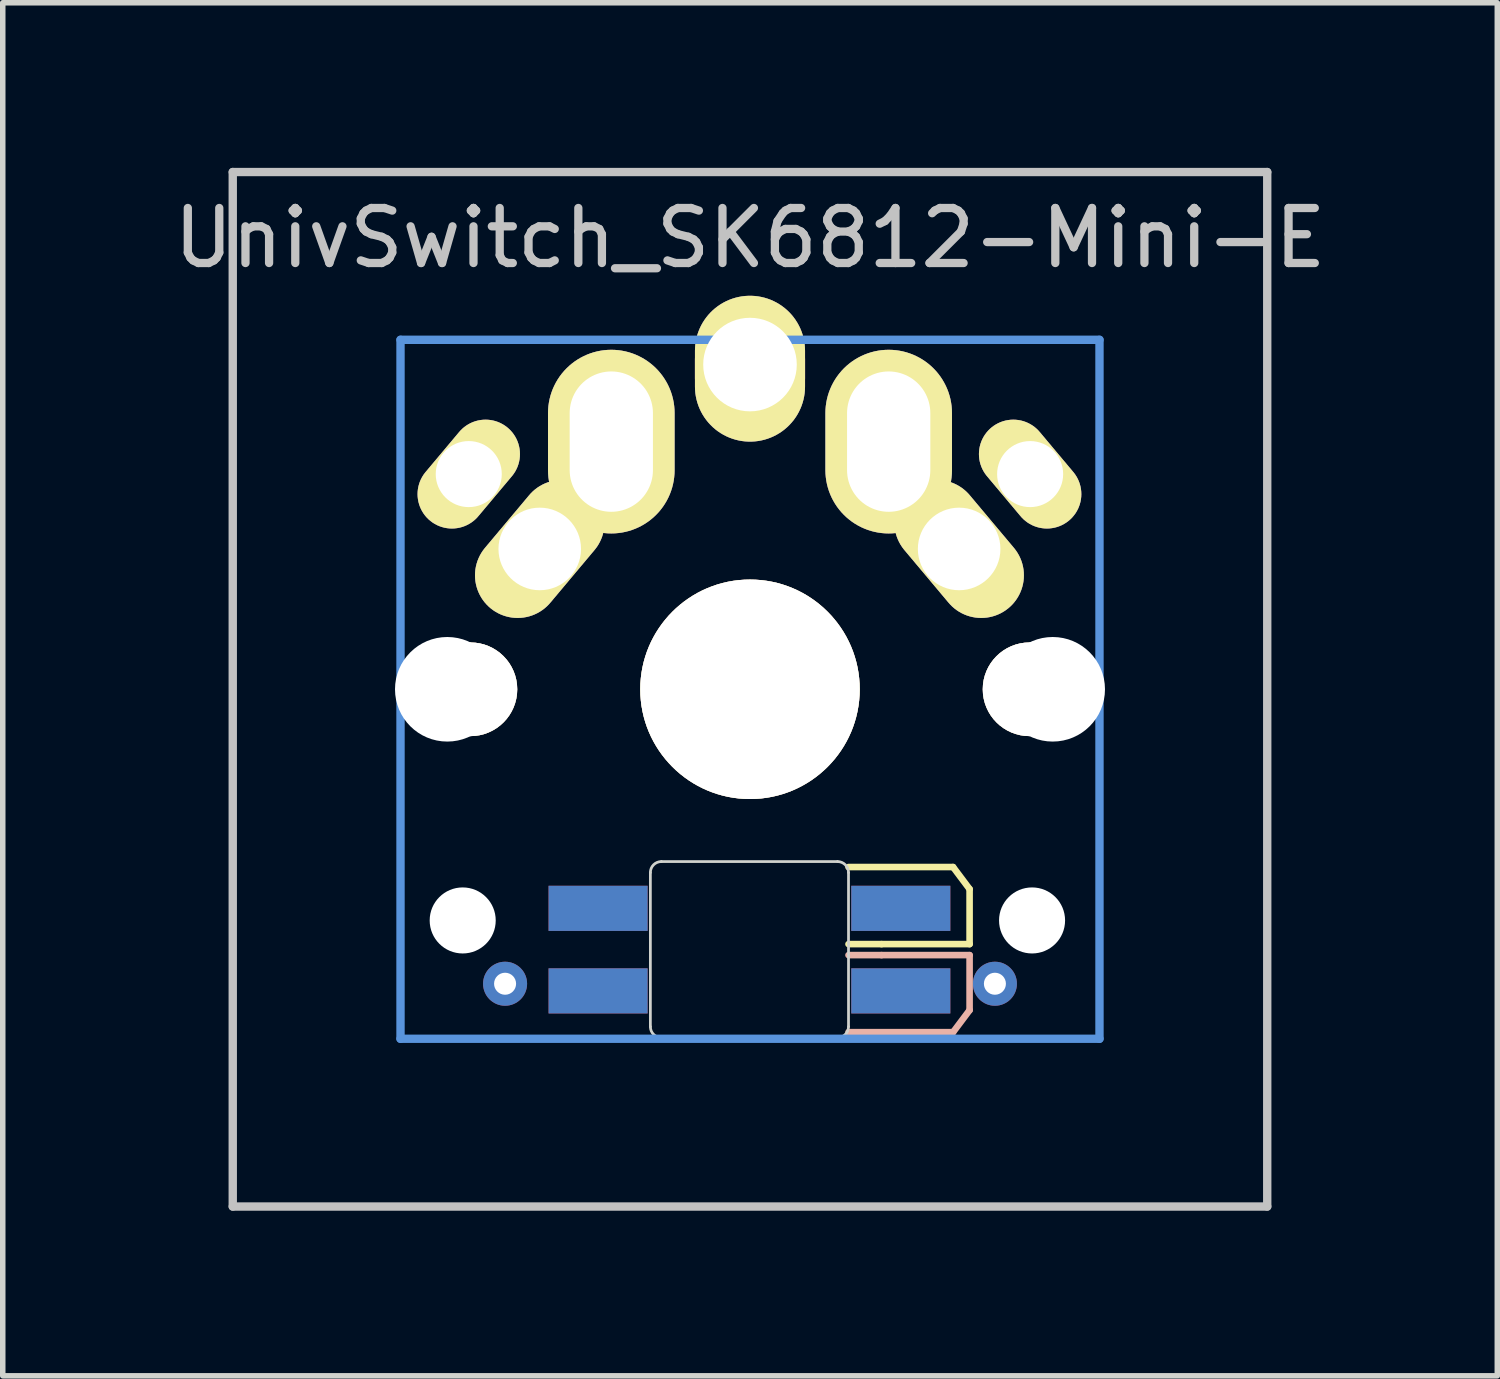
<source format=kicad_pcb>
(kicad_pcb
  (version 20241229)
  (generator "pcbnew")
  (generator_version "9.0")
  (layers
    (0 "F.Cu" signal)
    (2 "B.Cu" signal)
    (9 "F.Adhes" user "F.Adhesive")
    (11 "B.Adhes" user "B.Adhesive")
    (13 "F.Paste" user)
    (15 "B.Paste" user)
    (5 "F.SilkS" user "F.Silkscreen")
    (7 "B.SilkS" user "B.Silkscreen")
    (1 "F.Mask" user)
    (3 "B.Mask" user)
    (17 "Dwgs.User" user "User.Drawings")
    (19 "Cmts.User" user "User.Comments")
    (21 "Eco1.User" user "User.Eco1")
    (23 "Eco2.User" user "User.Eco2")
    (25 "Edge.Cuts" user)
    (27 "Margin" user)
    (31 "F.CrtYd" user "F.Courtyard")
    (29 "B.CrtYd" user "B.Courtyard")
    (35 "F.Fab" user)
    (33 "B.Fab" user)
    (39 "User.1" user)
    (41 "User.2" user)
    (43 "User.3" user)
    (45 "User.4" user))
  (footprint "UnivSwitch_SK6812-Mini-E"
    (layer "F.Cu")
    (at 10.577 9.474)
    (property "Reference" "UnivSwitch_SK6812-Mini-E" (at 0 -8.2 0) (unlocked yes) (layer "Dwgs.User") (effects (font (size 1 1) (thickness 0.15))))
    (attr through_hole)
    (fp_line (start 2.39 4.63) (end 1.79 4.63) (stroke (width 0.12) (type solid)) (layer "F.SilkS"))
    (fp_line (start 2.39 4.63) (end 3.99 4.63) (stroke (width 0.12) (type solid)) (layer "F.SilkS"))
    (fp_line (start 3.69 3.23) (end 1.79 3.23) (stroke (width 0.12) (type solid)) (layer "F.SilkS"))
    (fp_line (start 3.99 3.63) (end 3.69 3.23) (stroke (width 0.12) (type solid)) (layer "F.SilkS"))
    (fp_line (start 3.99 4.63) (end 3.99 3.63) (stroke (width 0.12) (type solid)) (layer "F.SilkS"))
    (fp_line (start 2.39 4.83) (end 1.79 4.83) (stroke (width 0.12) (type solid)) (layer "B.SilkS"))
    (fp_line (start 2.39 4.83) (end 3.99 4.83) (stroke (width 0.12) (type solid)) (layer "B.SilkS"))
    (fp_line (start 3.69 6.23) (end 1.79 6.23) (stroke (width 0.12) (type solid)) (layer "B.SilkS"))
    (fp_line (start 3.99 4.83) (end 3.99 5.83) (stroke (width 0.12) (type solid)) (layer "B.SilkS"))
    (fp_line (start 3.99 5.83) (end 3.69 6.23) (stroke (width 0.12) (type solid)) (layer "B.SilkS"))
    (fp_line (start -9.398 -9.398) (end 9.398 -9.398) (stroke (width 0.152) (type solid)) (layer "Dwgs.User"))
    (fp_line (start -9.398 9.398) (end -9.398 -9.398) (stroke (width 0.152) (type solid)) (layer "Dwgs.User"))
    (fp_line (start 9.398 -9.398) (end 9.398 9.398) (stroke (width 0.152) (type solid)) (layer "Dwgs.User"))
    (fp_line (start 9.398 9.398) (end -9.398 9.398) (stroke (width 0.152) (type solid)) (layer "Dwgs.User"))
    (fp_line (start -6.35 -6.35) (end 6.35 -6.35) (stroke (width 0.152) (type solid)) (layer "Cmts.User"))
    (fp_line (start -6.35 6.35) (end -6.35 -6.35) (stroke (width 0.152) (type solid)) (layer "Cmts.User"))
    (fp_line (start 6.35 -6.35) (end 6.35 6.35) (stroke (width 0.152) (type solid)) (layer "Cmts.User"))
    (fp_line (start 6.35 6.35) (end -6.35 6.35) (stroke (width 0.152) (type solid)) (layer "Cmts.User"))
    (fp_line (start -7.5 -7) (end -7.5 -5) (stroke (width 0.15) (type solid)) (layer "Eco1.User"))
    (fp_line (start -7.5 7) (end -7.5 -5) (stroke (width 0.15) (type solid)) (layer "Eco1.User"))
    (fp_line (start -7 -7.5) (end 5 -7.5) (stroke (width 0.15) (type solid)) (layer "Eco1.User"))
    (fp_line (start -7 7.5) (end -5 7.5) (stroke (width 0.15) (type solid)) (layer "Eco1.User"))
    (fp_line (start 7 -7.5) (end 5 -7.5) (stroke (width 0.15) (type solid)) (layer "Eco1.User"))
    (fp_line (start 7 7.5) (end -5 7.5) (stroke (width 0.15) (type solid)) (layer "Eco1.User"))
    (fp_line (start 7.5 -7) (end 7.5 -5) (stroke (width 0.15) (type solid)) (layer "Eco1.User"))
    (fp_line (start 7.5 7) (end 7.5 -5) (stroke (width 0.15) (type solid)) (layer "Eco1.User"))
    (fp_arc (start -7.5 -7) (mid -7.353553 -7.353553) (end -7 -7.5) (stroke (width 0.15) (type solid)) (layer "Eco1.User"))
    (fp_arc (start -7 7.5) (mid -7.353553 7.353553) (end -7.5 7) (stroke (width 0.15) (type solid)) (layer "Eco1.User"))
    (fp_arc (start 7 -7.5) (mid 7.353553 -7.353553) (end 7.5 -7) (stroke (width 0.15) (type solid)) (layer "Eco1.User"))
    (fp_arc (start 7.5 7) (mid 7.353553 7.353553) (end 7 7.5) (stroke (width 0.15) (type solid)) (layer "Eco1.User"))
    (fp_line (start -7.798 -6.005) (end -6.985 -6.005) (stroke (width 0.152) (type solid)) (layer "Eco2.User"))
    (fp_line (start -7.798 -2.504) (end -7.798 -6.005) (stroke (width 0.152) (type solid)) (layer "Eco2.User"))
    (fp_line (start -7.798 2.504) (end -6.985 2.504) (stroke (width 0.152) (type solid)) (layer "Eco2.User"))
    (fp_line (start -7.798 6.005) (end -7.798 2.504) (stroke (width 0.152) (type solid)) (layer "Eco2.User"))
    (fp_line (start -6.985 -6.985) (end 6.985 -6.985) (stroke (width 0.152) (type solid)) (layer "Eco2.User"))
    (fp_line (start -6.985 -6.005) (end -6.985 -6.985) (stroke (width 0.152) (type solid)) (layer "Eco2.User"))
    (fp_line (start -6.985 -2.504) (end -7.798 -2.504) (stroke (width 0.152) (type solid)) (layer "Eco2.User"))
    (fp_line (start -6.985 2.504) (end -6.985 -2.504) (stroke (width 0.152) (type solid)) (layer "Eco2.User"))
    (fp_line (start -6.985 6.005) (end -7.798 6.005) (stroke (width 0.152) (type solid)) (layer "Eco2.User"))
    (fp_line (start -6.985 6.985) (end -6.985 6.005) (stroke (width 0.152) (type solid)) (layer "Eco2.User"))
    (fp_line (start 6.985 -6.985) (end 6.985 -6.005) (stroke (width 0.152) (type solid)) (layer "Eco2.User"))
    (fp_line (start 6.985 -6.005) (end 7.798 -6.005) (stroke (width 0.152) (type solid)) (layer "Eco2.User"))
    (fp_line (start 6.985 -2.504) (end 6.985 2.504) (stroke (width 0.152) (type solid)) (layer "Eco2.User"))
    (fp_line (start 6.985 2.504) (end 7.798 2.504) (stroke (width 0.152) (type solid)) (layer "Eco2.User"))
    (fp_line (start 6.985 6.005) (end 6.985 6.985) (stroke (width 0.152) (type solid)) (layer "Eco2.User"))
    (fp_line (start 6.985 6.985) (end -6.985 6.985) (stroke (width 0.152) (type solid)) (layer "Eco2.User"))
    (fp_line (start 7.798 -6.005) (end 7.798 -2.504) (stroke (width 0.152) (type solid)) (layer "Eco2.User"))
    (fp_line (start 7.798 -2.504) (end 6.985 -2.504) (stroke (width 0.152) (type solid)) (layer "Eco2.User"))
    (fp_line (start 7.798 2.504) (end 7.798 6.005) (stroke (width 0.152) (type solid)) (layer "Eco2.User"))
    (fp_line (start 7.798 6.005) (end 6.985 6.005) (stroke (width 0.152) (type solid)) (layer "Eco2.User"))
    (fp_line (start -1.81 6.13) (end -1.81 3.33) (stroke (width 0.05) (type solid)) (layer "Edge.Cuts"))
    (fp_line (start -1.61 3.13) (end 1.59 3.13) (stroke (width 0.05) (type solid)) (layer "Edge.Cuts"))
    (fp_line (start 1.59 6.33) (end -1.61 6.33) (stroke (width 0.05) (type solid)) (layer "Edge.Cuts"))
    (fp_line (start 1.79 3.33) (end 1.79 6.13) (stroke (width 0.05) (type solid)) (layer "Edge.Cuts"))
    (fp_arc (start -1.81 3.33) (mid -1.751421 3.188579) (end -1.61 3.13) (stroke (width 0.05) (type solid)) (layer "Edge.Cuts"))
    (fp_arc (start -1.61 6.33) (mid -1.751421 6.271421) (end -1.81 6.13) (stroke (width 0.05) (type solid)) (layer "Edge.Cuts"))
    (fp_arc (start 1.59 3.13) (mid 1.731421 3.188579) (end 1.79 3.33) (stroke (width 0.05) (type solid)) (layer "Edge.Cuts"))
    (fp_arc (start 1.79 6.13) (mid 1.731421 6.271421) (end 1.59 6.33) (stroke (width 0.05) (type solid)) (layer "Edge.Cuts"))
    (pad "" np_thru_hole circle (at -5.5 0 270) (size 1.9 1.9) (drill 1.9) (layers "*.Cu" "*.Mask"))
    (pad "" np_thru_hole circle (at -5.22 4.2 270) (size 1.2 1.2) (drill 1.2) (layers "*.Cu" "*.Mask"))
    (pad "" np_thru_hole circle (at 0 0 270) (size 3.4 3.4) (drill 3.4) (layers "*.Cu" "*.Mask"))
    (pad "" np_thru_hole circle (at 5.125 4.2 270) (size 1.2 1.2) (drill 1.2) (layers "*.Cu" "*.Mask"))
    (pad "" np_thru_hole circle (at 5.5 0 270) (size 1.9 1.9) (drill 1.9) (layers "*.Cu" "*.Mask"))
    (pad "1" thru_hole oval (at 0 -5.9 270) (size 2.5 2) (drill 1.7) (layers "*.Cu" "*.Mask" "F.SilkS"))
    (pad "1" thru_hole oval (at 0 -5.75 270) (size 2.5 2) (drill 1.2) (layers "*.Cu" "*.Mask" "F.SilkS"))
    (pad "1" thru_hole oval (at 2.52 -4.5) (size 2.3 3.337) (drill oval 1.513 2.55) (layers "*.Cu" "*.Mask" "F.SilkS"))
    (pad "1" thru_hole oval (at 3.8 -2.55 310) (size 2.8 1.55) (drill 1.5) (layers "*.Cu" "*.Mask" "F.SilkS"))
    (pad "2" thru_hole oval (at -5.11 -3.91 50) (size 2.2 1.25) (drill 1.2) (layers "*.Cu" "*.Mask" "F.SilkS"))
    (pad "2" thru_hole oval (at -3.82 -2.55 50) (size 2.8 1.55) (drill 1.5) (layers "*.Cu" "*.Mask" "F.SilkS"))
    (pad "2" thru_hole oval (at -2.52 -4.5) (size 2.3 3.337) (drill oval 1.513 2.55) (layers "*.Cu" "*.Mask" "F.SilkS"))
    (pad "2" thru_hole oval (at 5.09 -3.91 310) (size 2.2 1.25) (drill 1.2) (layers "*.Cu" "*.Mask" "F.SilkS"))
    (pad "3" smd rect (at 2.74 3.98 180) (size 1.8 0.82) (layers "B.Cu" "B.Mask" "B.Paste"))
    (pad "3" smd rect (at 2.74 5.48 180) (size 1.8 0.82) (layers "F.Cu" "F.Mask" "F.Paste"))
    (pad "4" smd rect (at -2.76 3.98 180) (size 1.8 0.82) (layers "B.Cu" "B.Mask" "B.Paste"))
    (pad "4" smd rect (at -2.76 5.48 180) (size 1.8 0.82) (layers "F.Cu" "F.Mask" "F.Paste"))
    (pad "5" thru_hole circle (at -4.45 5.35) (size 0.8 0.8) (drill 0.4) (layers "*.Cu" "*.Mask"))
    (pad "5" smd rect (at -2.76 3.98 180) (size 1.8 0.82) (layers "F.Cu" "F.Mask" "F.Paste"))
    (pad "5" smd rect (at -2.76 5.48 180) (size 1.8 0.82) (layers "B.Cu" "B.Mask" "B.Paste"))
    (pad "6" smd rect (at 2.74 3.98 180) (size 1.8 0.82) (layers "F.Cu" "F.Mask" "F.Paste"))
    (pad "6" smd rect (at 2.74 5.48 180) (size 1.8 0.82) (layers "B.Cu" "B.Mask" "B.Paste"))
    (pad "6" thru_hole circle (at 4.45 5.35) (size 0.8 0.8) (drill 0.4) (layers "*.Cu" "*.Mask"))
    (pad "HOLE" thru_hole circle (at -5.08 0) (size 1.702 1.702) (drill 1.702) (layers "*.Cu" "*.Mask" "F.SilkS"))
    (pad "HOLE" thru_hole circle (at 0 0) (size 3.988 3.988) (drill 3.988) (layers "*.Cu" "*.Mask" "F.SilkS"))
    (pad "HOLE" thru_hole circle (at 5.08 0) (size 1.702 1.702) (drill 1.702) (layers "*.Cu" "*.Mask" "F.SilkS")))
  (gr_rect
    (start -3 -3)
    (end 24.155 21.948)
    (stroke (width 0.1) (type default))
    (fill no)
    (layer "Edge.Cuts")))
</source>
